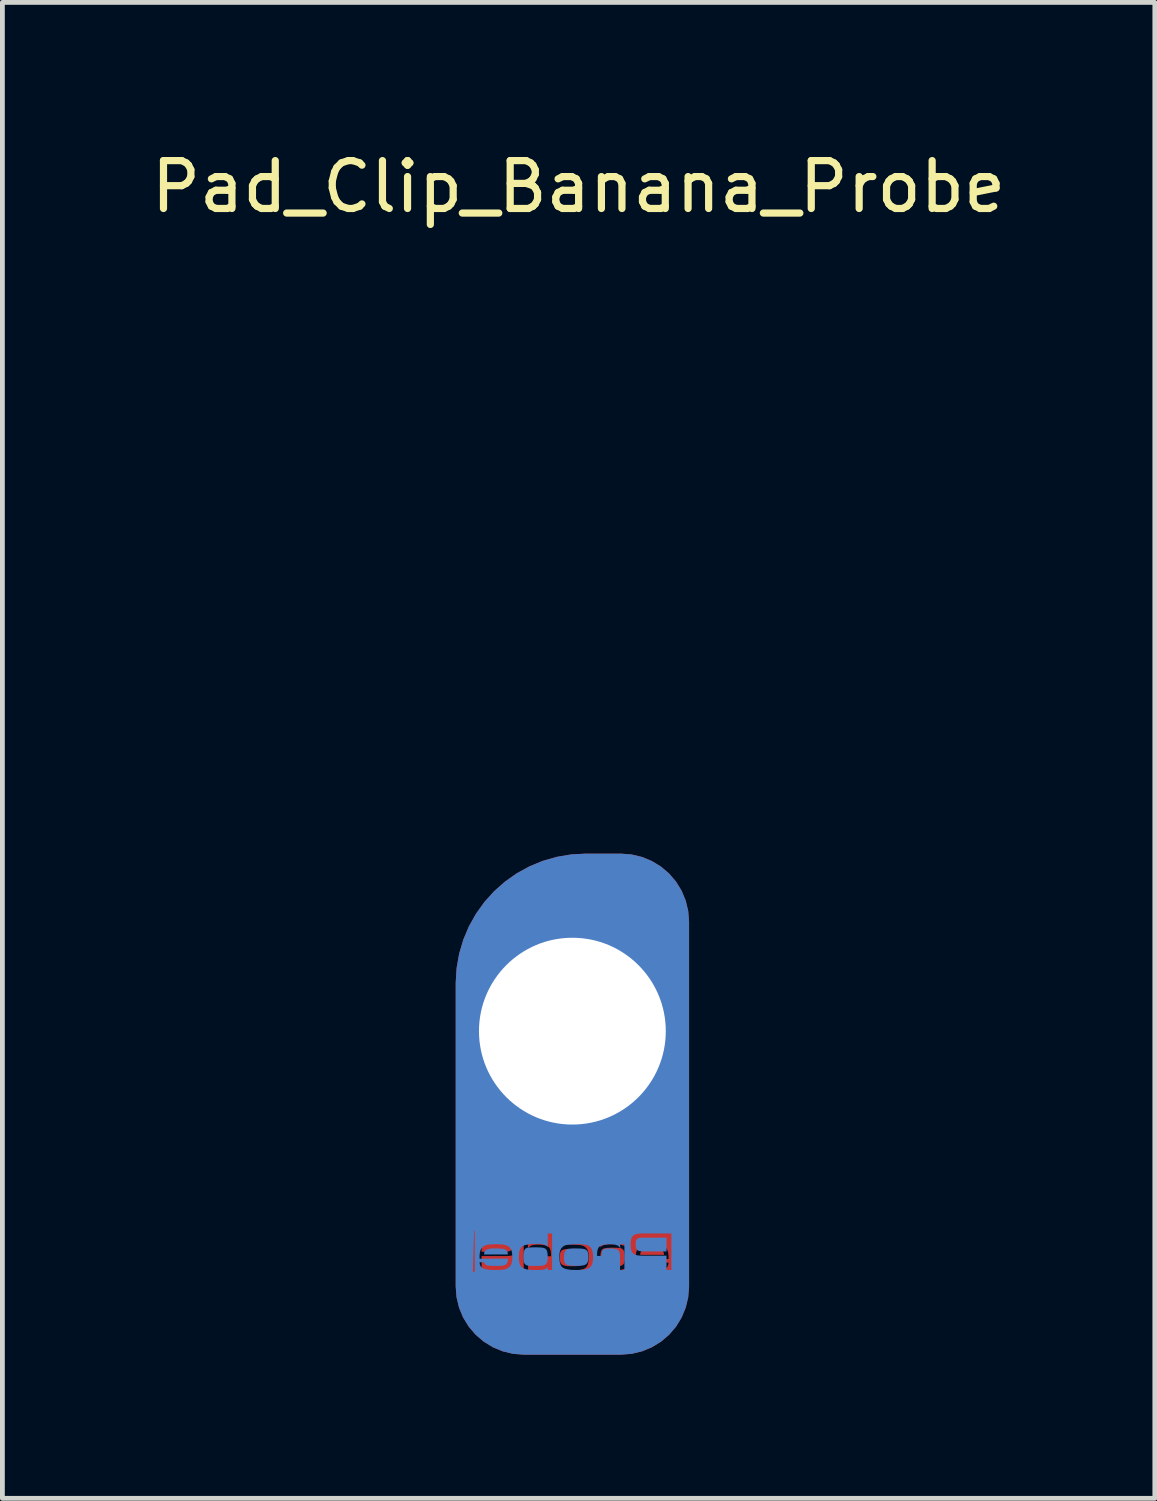
<source format=kicad_pcb>
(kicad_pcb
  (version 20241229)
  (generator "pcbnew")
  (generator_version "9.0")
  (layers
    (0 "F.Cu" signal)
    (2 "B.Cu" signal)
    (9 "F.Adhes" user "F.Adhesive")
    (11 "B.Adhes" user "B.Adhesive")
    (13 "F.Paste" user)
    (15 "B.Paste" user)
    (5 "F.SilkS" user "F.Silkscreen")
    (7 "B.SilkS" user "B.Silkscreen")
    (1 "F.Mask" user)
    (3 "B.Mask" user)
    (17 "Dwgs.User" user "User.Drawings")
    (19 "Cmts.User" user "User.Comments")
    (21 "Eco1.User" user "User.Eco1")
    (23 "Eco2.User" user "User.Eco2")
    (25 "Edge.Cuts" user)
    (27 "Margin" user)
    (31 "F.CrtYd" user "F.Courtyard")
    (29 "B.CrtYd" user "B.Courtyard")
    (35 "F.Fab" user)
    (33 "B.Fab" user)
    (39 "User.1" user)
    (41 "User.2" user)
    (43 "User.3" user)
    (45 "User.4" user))
  (footprint "Pad_Clip_Banana_Probe"
    (layer "F.Cu")
    (at 8.9 18.478)
    (property "Reference" "Pad_Clip_Banana_Probe" (at 0.13 -17.63 0) (unlocked yes) (layer "F.SilkS") (effects (font (size 1 1) (thickness 0.15))))
    (fp_line (start -1.581 4.027) (end -1.581 4.437) (stroke (width 0.001) (type solid)) (layer "F.Cu"))
    (fp_line (start -0.025 4.34) (end -0.025 4.75) (stroke (width 0.001) (type solid)) (layer "F.Cu"))
    (fp_line (start 0.853 4.316) (end 0.853 4.726) (stroke (width 0.001) (type solid)) (layer "F.Cu"))
    (fp_line (start 1.671 4.252) (end 1.671 4.662) (stroke (width 0.001) (type solid)) (layer "F.Cu"))
    (fp_poly (pts (xy -1.382 4.32) (xy -1.356 4.321) (xy -1.315 4.328) (xy -1.279 4.349) (xy -1.265 4.372) (xy -1.255 4.411) (xy -1.252 4.453) (xy -1.252 4.465) (xy -1.255 4.509) (xy -1.265 4.548) (xy -1.288 4.581) (xy -1.308 4.591) (xy -1.348 4.602) (xy -1.39 4.606) (xy -1.434 4.607) (xy -1.896 4.607) (xy -1.896 4.32)) (stroke (width 0) (type solid)) (fill yes) (layer "F.Cu"))
    (fp_poly (pts (xy 1.703 4.545) (xy 1.729 4.545) (xy 1.77 4.548) (xy 1.782 4.549) (xy 1.821 4.555) (xy 1.847 4.563) (xy 1.882 4.582) (xy 1.887 4.587) (xy 1.907 4.623) (xy 1.909 4.63) (xy 1.913 4.67) (xy 1.416 4.67) (xy 1.418 4.646) (xy 1.424 4.619) (xy 1.43 4.605) (xy 1.456 4.576) (xy 1.487 4.56) (xy 1.527 4.551) (xy 1.562 4.548) (xy 1.602 4.545) (xy 1.642 4.545)) (stroke (width 0) (type solid)) (fill yes) (layer "F.Cu"))
    (fp_poly (pts (xy -0.025 4.545) (xy 0.057 4.545) (xy 0.151 4.553) (xy 0.167 4.557) (xy 0.202 4.575) (xy 0.226 4.61) (xy 0.232 4.626) (xy 0.241 4.664) (xy 0.245 4.705) (xy 0.246 4.748) (xy 0.245 4.781) (xy 0.238 4.82) (xy 0.222 4.858) (xy 0.19 4.884) (xy 0.188 4.885) (xy 0.149 4.896) (xy 0.11 4.902) (xy 0.107 4.903) (xy 0.067 4.906) (xy 0.026 4.907) (xy -0.015 4.907) (xy -0.046 4.907) (xy -0.053 4.907) (xy -0.098 4.906) (xy -0.142 4.901) (xy -0.183 4.891) (xy -0.219 4.873) (xy -0.244 4.843) (xy -0.258 4.804) (xy -0.264 4.765) (xy -0.266 4.725) (xy -0.264 4.69) (xy -0.259 4.648) (xy -0.246 4.606) (xy -0.221 4.575) (xy -0.218 4.573) (xy -0.18 4.558) (xy -0.138 4.55) (xy -0.094 4.546) (xy -0.049 4.545)) (stroke (width 0) (type solid)) (fill yes) (layer "F.Cu"))
    (fp_poly (pts (xy 0.814 4.521) (xy 0.853 4.521) (xy 0.924 4.522) (xy 0.925 4.522) (xy 0.964 4.525) (xy 0.971 4.525) (xy 1.01 4.53) (xy 1.013 4.531) (xy 1.049 4.547) (xy 1.073 4.581) (xy 1.077 4.593) (xy 1.086 4.634) (xy 1.09 4.675) (xy 1.091 4.719) (xy 1.091 4.741) (xy 1.091 4.755) (xy 1.088 4.798) (xy 1.08 4.838) (xy 1.067 4.865) (xy 1.037 4.89) (xy 1.009 4.9) (xy 0.97 4.907) (xy 0.876 4.907) (xy 0.857 4.907) (xy 0.734 4.907) (xy 0.721 4.907) (xy 0.681 4.9) (xy 0.646 4.888) (xy 0.617 4.867) (xy 0.597 4.831) (xy 0.595 4.822) (xy 0.587 4.783) (xy 0.586 4.764) (xy 0.585 4.723) (xy 0.585 4.706) (xy 0.587 4.664) (xy 0.593 4.625) (xy 0.604 4.584) (xy 0.61 4.573) (xy 0.639 4.544) (xy 0.677 4.532) (xy 0.686 4.531) (xy 0.726 4.525) (xy 0.729 4.525) (xy 0.768 4.523) (xy 0.77 4.523) (xy 0.81 4.521)) (stroke (width 0) (type solid)) (fill yes) (layer "F.Cu"))
    (fp_poly (pts (xy 2.108 5.095) (xy -2.099 5.095) (xy -2.099 4.232) (xy -1.999 4.232) (xy -1.999 4.32) (xy -1.999 4.995) (xy -1.896 4.995) (xy -1.896 4.695) (xy -1.379 4.695) (xy -1.342 4.694) (xy -1.299 4.69) (xy -1.26 4.682) (xy -1.222 4.665) (xy -1.191 4.64) (xy -1.187 4.637) (xy -1.165 4.601) (xy -1.154 4.562) (xy -1.149 4.529) (xy -1.146 4.489) (xy -1.145 4.456) (xy -1.016 4.456) (xy -1.016 4.995) (xy -0.925 4.995) (xy -0.925 4.73) (xy -0.362 4.73) (xy -0.362 4.751) (xy -0.358 4.8) (xy -0.351 4.842) (xy -0.337 4.885) (xy -0.314 4.923) (xy -0.284 4.949) (xy -0.279 4.952) (xy -0.238 4.969) (xy -0.194 4.98) (xy -0.152 4.987) (xy -0.104 4.992) (xy -0.062 4.994) (xy -0.016 4.995) (xy 0.009 4.995) (xy 0.058 4.993) (xy 0.102 4.99) (xy 0.142 4.986) (xy 0.186 4.978) (xy 0.229 4.966) (xy 0.268 4.947) (xy 0.293 4.925) (xy 0.316 4.886) (xy 0.329 4.843) (xy 0.337 4.799) (xy 0.34 4.76) (xy 0.342 4.716) (xy 0.341 4.701) (xy 0.339 4.659) (xy 0.332 4.616) (xy 0.32 4.575) (xy 0.299 4.539) (xy 0.294 4.532) (xy 0.264 4.504) (xy 0.229 4.483) (xy 0.188 4.471) (xy 0.15 4.465) (xy 0.109 4.461) (xy 0.07 4.459) (xy 0.025 4.458) (xy -0.015 4.457) (xy -0.097 4.457) (xy -0.113 4.458) (xy -0.153 4.461) (xy -0.17 4.463) (xy -0.209 4.468) (xy -0.228 4.472) (xy -0.267 4.485) (xy -0.302 4.511) (xy -0.326 4.543) (xy -0.336 4.565) (xy -0.349 4.605) (xy -0.357 4.647) (xy -0.361 4.687) (xy -0.362 4.725) (xy -0.362 4.73) (xy -0.925 4.73) (xy -0.925 4.703) (xy -0.925 4.691) (xy -0.921 4.648) (xy -0.907 4.606) (xy -0.879 4.574) (xy -0.876 4.572) (xy -0.839 4.558) (xy -0.8 4.55) (xy -0.76 4.546) (xy -0.72 4.545) (xy -0.693 4.545) (xy -0.687 4.545) (xy -0.643 4.547) (xy -0.601 4.556) (xy -0.566 4.575) (xy -0.561 4.582) (xy -0.545 4.618) (xy -0.539 4.657) (xy -0.537 4.7) (xy -0.447 4.7) (xy -0.446 4.671) (xy -0.446 4.654) (xy -0.45 4.608) (xy -0.46 4.563) (xy -0.478 4.524) (xy -0.508 4.495) (xy -0.512 4.492) (xy -0.55 4.477) (xy -0.593 4.467) (xy -0.636 4.461) (xy -0.677 4.458) (xy -0.722 4.457) (xy -0.753 4.458) (xy -0.792 4.461) (xy -0.835 4.468) (xy -0.874 4.483) (xy -0.885 4.49) (xy -0.915 4.518) (xy -0.931 4.555) (xy -0.925 4.456) (xy -1.016 4.456) (xy -1.145 4.456) (xy -1.145 4.449) (xy -1.145 4.434) (xy -1.148 4.392) (xy -1.157 4.349) (xy -1.172 4.31) (xy -1.197 4.278) (xy -1.215 4.265) (xy -1.251 4.248) (xy -1.29 4.239) (xy -1.329 4.234) (xy -1.373 4.232) (xy 0.493 4.232) (xy 0.493 4.723) (xy 0.493 4.995) (xy 0.584 4.995) (xy 0.584 4.934) (xy 0.587 4.938) (xy 0.618 4.965) (xy 0.654 4.981) (xy 0.666 4.984) (xy 0.706 4.991) (xy 0.745 4.994) (xy 0.785 4.995) (xy 0.853 4.995) (xy 0.865 4.995) (xy 0.909 4.994) (xy 0.95 4.991) (xy 0.996 4.986) (xy 1.037 4.978) (xy 1.078 4.965) (xy 1.115 4.946) (xy 1.136 4.928) (xy 1.159 4.892) (xy 1.174 4.851) (xy 1.182 4.811) (xy 1.186 4.764) (xy 1.187 4.728) (xy 1.323 4.728) (xy 1.323 4.744) (xy 1.326 4.788) (xy 1.333 4.833) (xy 1.347 4.876) (xy 1.369 4.913) (xy 1.375 4.92) (xy 1.406 4.949) (xy 1.442 4.97) (xy 1.483 4.982) (xy 1.487 4.983) (xy 1.528 4.988) (xy 1.572 4.992) (xy 1.616 4.994) (xy 1.656 4.995) (xy 1.701 4.995) (xy 1.709 4.995) (xy 1.749 4.994) (xy 1.794 4.991) (xy 1.836 4.986) (xy 1.88 4.977) (xy 1.92 4.966) (xy 1.926 4.964) (xy 1.962 4.943) (xy 1.988 4.913) (xy 2.002 4.874) (xy 2.007 4.832) (xy 1.912 4.832) (xy 1.911 4.836) (xy 1.897 4.872) (xy 1.895 4.874) (xy 1.861 4.894) (xy 1.843 4.899) (xy 1.804 4.905) (xy 1.766 4.907) (xy 1.725 4.907) (xy 1.711 4.907) (xy 1.669 4.907) (xy 1.576 4.907) (xy 1.52 4.902) (xy 1.5 4.897) (xy 1.462 4.882) (xy 1.434 4.854) (xy 1.427 4.84) (xy 1.417 4.8) (xy 1.414 4.757) (xy 2.006 4.757) (xy 2.008 4.721) (xy 2.008 4.706) (xy 2.005 4.664) (xy 1.999 4.621) (xy 1.987 4.58) (xy 1.968 4.543) (xy 1.963 4.536) (xy 1.935 4.506) (xy 1.901 4.485) (xy 1.863 4.472) (xy 1.858 4.471) (xy 1.819 4.464) (xy 1.78 4.461) (xy 1.752 4.459) (xy 1.712 4.458) (xy 1.671 4.457) (xy 1.617 4.457) (xy 1.597 4.457) (xy 1.549 4.46) (xy 1.507 4.465) (xy 1.463 4.475) (xy 1.42 4.492) (xy 1.387 4.514) (xy 1.376 4.525) (xy 1.353 4.559) (xy 1.339 4.595) (xy 1.329 4.639) (xy 1.326 4.67) (xy 1.325 4.681) (xy 1.323 4.728) (xy 1.187 4.728) (xy 1.188 4.723) (xy 1.187 4.691) (xy 1.184 4.652) (xy 1.177 4.608) (xy 1.164 4.565) (xy 1.142 4.525) (xy 1.113 4.498) (xy 1.108 4.495) (xy 1.069 4.477) (xy 1.027 4.465) (xy 0.985 4.457) (xy 0.938 4.452) (xy 0.897 4.45) (xy 0.852 4.449) (xy 0.793 4.449) (xy 0.777 4.45) (xy 0.734 4.452) (xy 0.695 4.457) (xy 0.653 4.467) (xy 0.649 4.469) (xy 0.612 4.486) (xy 0.584 4.516) (xy 0.584 4.232) (xy 0.493 4.232) (xy -1.373 4.232) (xy -1.999 4.232) (xy -2.099 4.232) (xy -2.099 4.132) (xy 2.108 4.132)) (stroke (width 0) (type solid)) (fill yes) (layer "F.Cu"))
    (fp_rect (start -2.078 4.196) (end 2.103 5.024) (stroke (width 0.12) (type solid)) (fill yes) (layer "F.Mask"))
    (fp_line (start -1.59 4.245) (end -1.59 4.655) (stroke (width 0.001) (type default)) (layer "B.Cu"))
    (fp_line (start -0.762 4.265) (end -0.762 4.675) (stroke (width 0.001) (type default)) (layer "B.Cu"))
    (fp_line (start 0.101 4.269) (end 0.101 4.679) (stroke (width 0.001) (type default)) (layer "B.Cu"))
    (fp_line (start 1.67 3.965) (end 1.67 4.375) (stroke (width 0.001) (type default)) (layer "B.Cu"))
    (fp_poly (pts (xy 1.965 4.312) (xy 1.965 4.6) (xy 1.503 4.6) (xy 1.459 4.598) (xy 1.417 4.594) (xy 1.377 4.584) (xy 1.358 4.574) (xy 1.334 4.54) (xy 1.325 4.502) (xy 1.322 4.458) (xy 1.321 4.445) (xy 1.324 4.403) (xy 1.334 4.364) (xy 1.349 4.342) (xy 1.385 4.32) (xy 1.425 4.313) (xy 1.452 4.312)) (stroke (width 0) (type solid)) (fill yes) (layer "B.Cu"))
    (fp_poly (pts (xy -1.572 4.537) (xy -1.532 4.538) (xy -1.493 4.54) (xy -1.457 4.544) (xy -1.418 4.552) (xy -1.386 4.568) (xy -1.361 4.598) (xy -1.354 4.612) (xy -1.349 4.638) (xy -1.347 4.662) (xy -1.844 4.662) (xy -1.839 4.622) (xy -1.837 4.615) (xy -1.818 4.579) (xy -1.812 4.574) (xy -1.777 4.555) (xy -1.751 4.547) (xy -1.712 4.541) (xy -1.701 4.54) (xy -1.66 4.537) (xy -1.634 4.537)) (stroke (width 0) (type solid)) (fill yes) (layer "B.Cu"))
    (fp_poly (pts (xy 0.095 4.537) (xy 0.118 4.537) (xy 0.163 4.538) (xy 0.208 4.542) (xy 0.25 4.55) (xy 0.287 4.565) (xy 0.29 4.567) (xy 0.316 4.599) (xy 0.329 4.64) (xy 0.334 4.682) (xy 0.335 4.717) (xy 0.334 4.757) (xy 0.328 4.796) (xy 0.313 4.835) (xy 0.289 4.865) (xy 0.252 4.883) (xy 0.211 4.893) (xy 0.167 4.898) (xy 0.123 4.9) (xy 0.115 4.9) (xy 0.085 4.9) (xy 0.043 4.899) (xy 0.003 4.898) (xy -0.038 4.895) (xy -0.041 4.895) (xy -0.079 4.888) (xy -0.118 4.877) (xy -0.12 4.876) (xy -0.152 4.85) (xy -0.169 4.812) (xy -0.175 4.773) (xy -0.177 4.74) (xy -0.175 4.698) (xy -0.171 4.656) (xy -0.162 4.618) (xy -0.157 4.602) (xy -0.133 4.568) (xy -0.098 4.549) (xy -0.081 4.545) (xy 0.012 4.537)) (stroke (width 0) (type solid)) (fill yes) (layer "B.Cu"))
    (fp_poly (pts (xy -0.744 4.513) (xy -0.74 4.513) (xy -0.7 4.515) (xy -0.699 4.515) (xy -0.659 4.517) (xy -0.657 4.517) (xy -0.616 4.523) (xy -0.608 4.524) (xy -0.57 4.536) (xy -0.54 4.566) (xy -0.535 4.576) (xy -0.523 4.617) (xy -0.518 4.657) (xy -0.516 4.698) (xy -0.516 4.715) (xy -0.516 4.756) (xy -0.518 4.775) (xy -0.525 4.814) (xy -0.528 4.823) (xy -0.548 4.859) (xy -0.577 4.88) (xy -0.612 4.893) (xy -0.651 4.899) (xy -0.664 4.9) (xy -0.787 4.9) (xy -0.806 4.9) (xy -0.9 4.9) (xy -0.939 4.893) (xy -0.968 4.883) (xy -0.998 4.857) (xy -1.01 4.83) (xy -1.018 4.79) (xy -1.021 4.748) (xy -1.021 4.733) (xy -1.021 4.711) (xy -1.02 4.667) (xy -1.016 4.626) (xy -1.007 4.585) (xy -1.003 4.573) (xy -0.98 4.539) (xy -0.943 4.523) (xy -0.941 4.522) (xy -0.901 4.518) (xy -0.894 4.517) (xy -0.855 4.515) (xy -0.854 4.515) (xy -0.784 4.513)) (stroke (width 0) (type solid)) (fill yes) (layer "B.Cu"))
    (fp_poly (pts (xy 2.168 5.087) (xy -2.038 5.087) (xy -2.038 4.713) (xy -1.938 4.713) (xy -1.937 4.75) (xy -1.344 4.75) (xy -1.347 4.792) (xy -1.357 4.832) (xy -1.364 4.846) (xy -1.393 4.874) (xy -1.43 4.889) (xy -1.45 4.894) (xy -1.507 4.9) (xy -1.599 4.9) (xy -1.642 4.9) (xy -1.655 4.9) (xy -1.696 4.899) (xy -1.735 4.897) (xy -1.774 4.891) (xy -1.792 4.886) (xy -1.826 4.866) (xy -1.827 4.864) (xy -1.842 4.828) (xy -1.842 4.825) (xy -1.937 4.825) (xy -1.933 4.867) (xy -1.918 4.906) (xy -1.892 4.935) (xy -1.856 4.956) (xy -1.851 4.958) (xy -1.811 4.969) (xy -1.766 4.978) (xy -1.725 4.983) (xy -1.68 4.986) (xy -1.64 4.987) (xy -1.631 4.987) (xy -1.587 4.987) (xy -1.546 4.986) (xy -1.502 4.984) (xy -1.458 4.981) (xy -1.418 4.975) (xy -1.413 4.974) (xy -1.373 4.962) (xy -1.337 4.941) (xy -1.305 4.912) (xy -1.299 4.905) (xy -1.277 4.868) (xy -1.263 4.825) (xy -1.256 4.78) (xy -1.254 4.736) (xy -1.253 4.72) (xy -1.254 4.715) (xy -1.118 4.715) (xy -1.118 4.733) (xy -1.117 4.757) (xy -1.112 4.803) (xy -1.104 4.844) (xy -1.09 4.884) (xy -1.066 4.92) (xy -1.045 4.938) (xy -1.008 4.957) (xy -0.967 4.97) (xy -0.927 4.978) (xy -0.881 4.983) (xy -0.84 4.986) (xy -0.795 4.987) (xy -0.784 4.987) (xy -0.715 4.987) (xy -0.675 4.986) (xy -0.636 4.983) (xy -0.596 4.977) (xy -0.584 4.973) (xy -0.548 4.957) (xy -0.517 4.93) (xy -0.514 4.926) (xy -0.514 4.987) (xy -0.424 4.987) (xy -0.424 4.708) (xy -0.272 4.708) (xy -0.271 4.74) (xy -0.271 4.752) (xy -0.267 4.791) (xy -0.26 4.835) (xy -0.246 4.878) (xy -0.223 4.917) (xy -0.198 4.939) (xy -0.16 4.958) (xy -0.116 4.97) (xy -0.072 4.978) (xy -0.033 4.983) (xy 0.012 4.985) (xy 0.06 4.987) (xy 0.086 4.987) (xy 0.131 4.986) (xy 0.174 4.984) (xy 0.221 4.98) (xy 0.263 4.973) (xy 0.307 4.961) (xy 0.348 4.944) (xy 0.353 4.941) (xy 0.384 4.915) (xy 0.407 4.877) (xy 0.421 4.834) (xy 0.428 4.792) (xy 0.431 4.744) (xy 0.432 4.723) (xy 0.43 4.679) (xy 0.429 4.663) (xy 0.515 4.663) (xy 0.517 4.693) (xy 0.606 4.693) (xy 0.608 4.649) (xy 0.615 4.61) (xy 0.63 4.574) (xy 0.635 4.567) (xy 0.67 4.548) (xy 0.713 4.539) (xy 0.756 4.537) (xy 0.762 4.537) (xy 0.789 4.537) (xy 0.829 4.538) (xy 0.87 4.542) (xy 0.909 4.55) (xy 0.945 4.565) (xy 0.948 4.566) (xy 0.977 4.598) (xy 0.99 4.64) (xy 0.995 4.683) (xy 0.995 4.696) (xy 0.995 4.987) (xy 1.086 4.987) (xy 1.086 4.448) (xy 0.995 4.448) (xy 1.001 4.548) (xy 0.985 4.51) (xy 0.955 4.482) (xy 0.943 4.475) (xy 0.904 4.46) (xy 0.862 4.453) (xy 0.823 4.45) (xy 0.792 4.449) (xy 0.746 4.45) (xy 0.705 4.453) (xy 0.662 4.459) (xy 0.62 4.469) (xy 0.582 4.485) (xy 0.578 4.487) (xy 0.548 4.516) (xy 0.529 4.555) (xy 0.519 4.6) (xy 0.516 4.646) (xy 0.515 4.663) (xy 0.429 4.663) (xy 0.427 4.639) (xy 0.419 4.598) (xy 0.406 4.557) (xy 0.395 4.535) (xy 0.371 4.503) (xy 0.336 4.478) (xy 0.298 4.464) (xy 0.278 4.46) (xy 0.239 4.455) (xy 0.222 4.453) (xy 0.182 4.45) (xy 0.167 4.449) (xy 0.085 4.449) (xy 0.044 4.45) (xy -0.00013 4.451) (xy -0.04 4.453) (xy -0.08 4.457) (xy -0.119 4.463) (xy -0.159 4.475) (xy -0.194 4.496) (xy -0.224 4.525) (xy -0.23 4.531) (xy -0.25 4.567) (xy -0.263 4.609) (xy -0.269 4.651) (xy -0.272 4.693) (xy -0.272 4.708) (xy -0.424 4.708) (xy -0.424 4.441) (xy 1.215 4.441) (xy 1.215 4.445) (xy 1.216 4.482) (xy 1.219 4.521) (xy 1.224 4.554) (xy 1.235 4.594) (xy 1.257 4.629) (xy 1.26 4.632) (xy 1.292 4.657) (xy 1.329 4.674) (xy 1.369 4.682) (xy 1.412 4.686) (xy 1.448 4.687) (xy 1.965 4.687) (xy 1.965 4.987) (xy 2.068 4.987) (xy 2.068 4.224) (xy 1.443 4.224) (xy 1.399 4.226) (xy 1.36 4.231) (xy 1.321 4.241) (xy 1.285 4.257) (xy 1.267 4.27) (xy 1.242 4.303) (xy 1.226 4.342) (xy 1.218 4.384) (xy 1.215 4.426) (xy 1.215 4.441) (xy -0.424 4.441) (xy -0.424 4.224) (xy -0.514 4.224) (xy -0.514 4.508) (xy -0.542 4.478) (xy -0.58 4.461) (xy -0.583 4.46) (xy -0.625 4.449) (xy -0.664 4.444) (xy -0.708 4.442) (xy -0.723 4.442) (xy -0.783 4.442) (xy -0.827 4.442) (xy -0.869 4.445) (xy -0.916 4.45) (xy -0.957 4.457) (xy -0.999 4.469) (xy -1.039 4.487) (xy -1.044 4.49) (xy -1.073 4.517) (xy -1.094 4.557) (xy -1.108 4.601) (xy -1.114 4.644) (xy -1.117 4.683) (xy -1.118 4.715) (xy -1.254 4.715) (xy -1.255 4.673) (xy -1.26 4.631) (xy -1.269 4.588) (xy -1.284 4.551) (xy -1.306 4.517) (xy -1.317 4.506) (xy -1.35 4.484) (xy -1.393 4.467) (xy -1.437 4.457) (xy -1.48 4.452) (xy -1.527 4.45) (xy -1.547 4.449) (xy -1.601 4.449) (xy -1.642 4.45) (xy -1.683 4.451) (xy -1.71 4.453) (xy -1.75 4.457) (xy -1.789 4.463) (xy -1.793 4.464) (xy -1.832 4.477) (xy -1.865 4.498) (xy -1.894 4.528) (xy -1.899 4.535) (xy -1.918 4.572) (xy -1.929 4.613) (xy -1.936 4.657) (xy -1.936 4.662) (xy -1.938 4.698) (xy -1.938 4.713) (xy -2.038 4.713) (xy -2.038 4.124) (xy 2.168 4.124)) (stroke (width 0) (type solid)) (fill yes) (layer "B.Cu"))
    (fp_rect (start -2.078 4.196) (end 2.103 5.024) (stroke (width 0.12) (type solid)) (fill yes) (layer "B.Mask"))
    (pad "1" thru_hole custom (at 0 0) (size 4.5 4.5) (drill 3.9) (layers "*.Cu" "*.Mask") (options (anchor circle)) (primitives (gr_poly (pts (xy -1.016 -2.286) (xy -1.914 -1.914) (xy -2.286 -1.016) (xy -2.286 5.334) (xy -1.914 6.232) (xy -1.016 6.604) (xy 0 6.604) (xy 0 5.131) (xy 0 5.029) (xy -2.083 5.029) (xy -2.057 4.166) (xy -0.762 4.191) (xy 0 4.191) (xy 0 3.048) (xy 0 1.778) (xy -0.762 1.778) (xy -1.778 0.762) (xy -1.778 -0.762) (xy -0.762 -1.778) (xy 0 -1.778) (xy 0 -2.286)) (width 0.01) (fill yes)) (gr_arc (start -1.016 6.604) (mid -1.914026 6.232026) (end -2.286 5.334) (width 0.3)) (gr_line (start -2.286 5.334) (end -2.286 -1.016) (width 0.3)) (gr_arc (start -2.285935 -1.015999) (mid -1.530371 -2.813134) (end 0.272051 -3.555999) (width 0.3)) (gr_line (start 1.016 6.604) (end -1.016 6.604) (width 0.3)) (gr_arc (start 2.286 5.334) (mid 1.914026 6.232026) (end 1.016 6.604) (width 0.3)) (gr_line (start -1.016 3.81) (end -0.254 3.81) (width 0.2)) (gr_line (start -0.254 3.81) (end -0.254 3.048) (width 0.2)) (gr_line (start 0.254 3.048) (end -0.254 3.048) (width 0.2)) (gr_line (start 0.254 3.81) (end 0.254 3.048) (width 0.2)) (gr_line (start 1.016 3.81) (end 0.254 3.81) (width 0.2)) (gr_line (start 2.286 5.334) (end 2.286 -2.286) (width 0.3)) (gr_arc (start 1.016 -3.556) (mid 1.914026 -3.184026) (end 2.286 -2.286) (width 0.3)) (gr_poly (pts (xy 1.016 -2.286) (xy 1.914 -1.914) (xy 2.286 -1.016) (xy 2.286 5.334) (xy 1.914 6.232) (xy 1.016 6.604) (xy 0 6.604) (xy 0 5.029) (xy 0.254 5.029) (xy 2.108 5.029) (xy 2.108 4.191) (xy 0.889 4.191) (xy 0 4.191) (xy 0 3.048) (xy 0 1.778) (xy 0.762 1.778) (xy 1.778 0.762) (xy 1.778 -0.762) (xy 0.762 -1.778) (xy 0 -1.778) (xy 0 -2.286)) (width 0.01) (fill yes)) (gr_line (start 0.272 -3.556) (end 1.016 -3.556) (width 0.3)) (gr_poly (pts (xy -2.134 -1.422) (xy -1.88 -2.108) (xy -1.092 -3.073) (xy 0.272 -3.556) (xy 1.626 -3.327) (xy 2.159 -2.718) (xy 2.21 -1.321) (xy -0.533 -1.321)) (width 0.2) (fill yes)))))
  (gr_rect
    (start -3 -3)
    (end 21.06 28.232)
    (stroke (width 0.1) (type default))
    (fill no)
    (layer "Edge.Cuts")))
</source>
